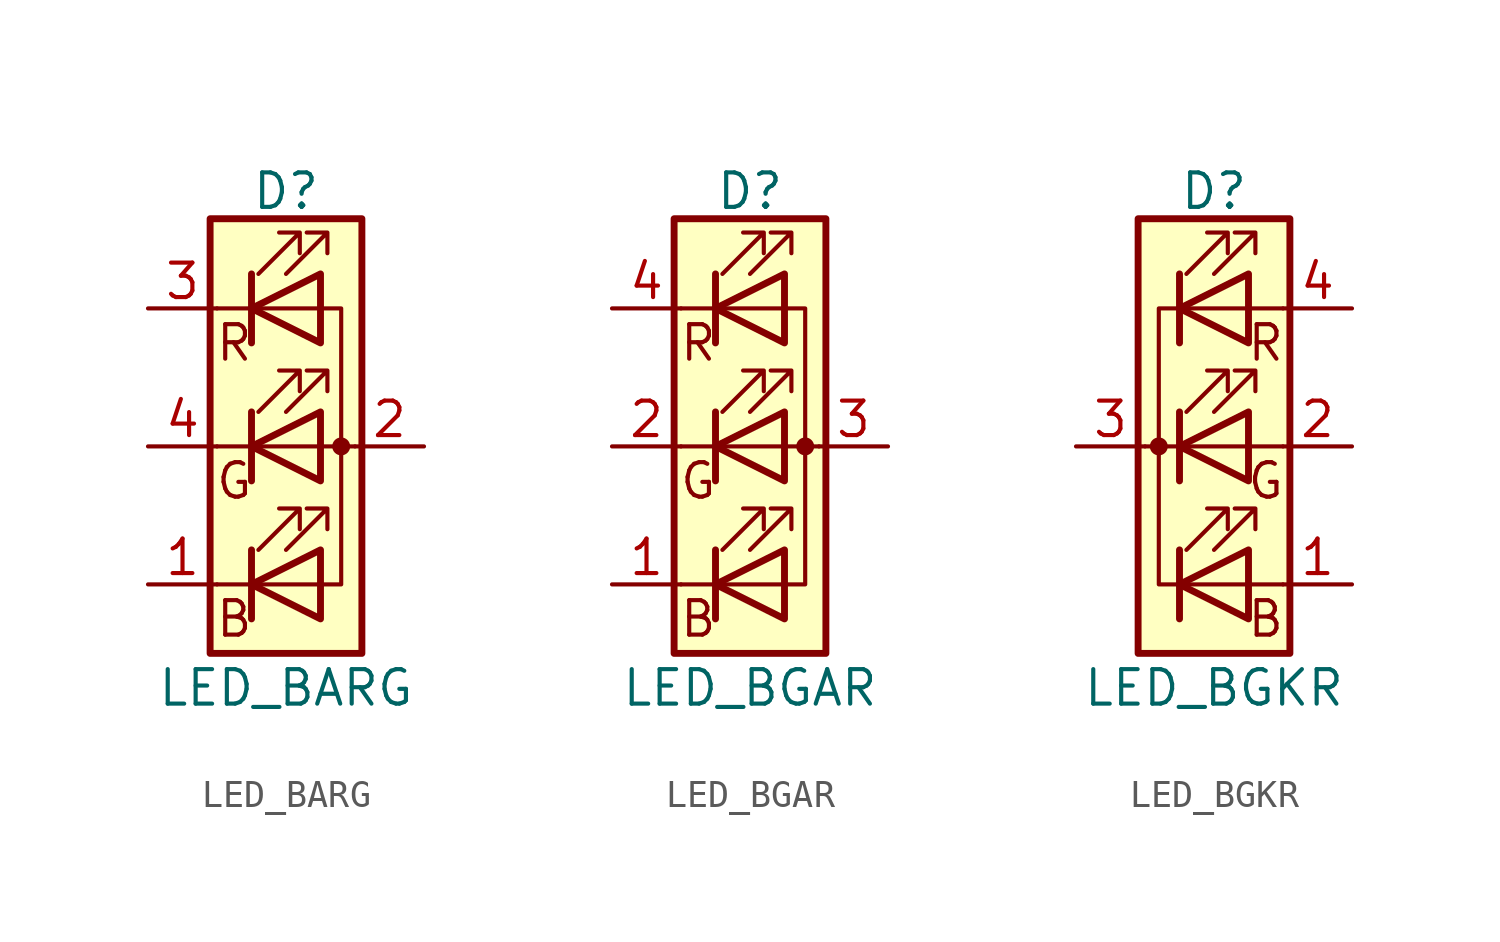
<source format=kicad_sym>
(kicad_symbol_lib
  (version 20241209)
  (generator "kicad_symbol_editor")
  (generator_version "9.0")
  (symbol "LED_BARG"
    (pin_names
      (offset 0)
      (hide yes))
    (property "Reference" "D"
      (at 0 9.398 0)
      (effects (font (size 1.27 1.27))))
    (property "Value" "LED_BARG"
      (at 0 -8.89 0)
      (effects (font (size 1.27 1.27))))
    (symbol "LED_BARG_0_0"
      (text "R" (at -1.905 3.81 0) (effects (font (size 1.27 1.27))))
      (text "G" (at -1.905 -1.27 0) (effects (font (size 1.27 1.27))))
      (text "B" (at -1.905 -6.35 0) (effects (font (size 1.27 1.27)))))
    (symbol "LED_BARG_0_1"
      (polyline (pts (xy -1.27 6.35) (xy -1.27 3.81)) (stroke (width 0.254) (type solid)) (fill (type none)))
      (polyline (pts (xy -1.27 6.35) (xy -1.27 3.81) (xy -1.27 3.81)) (stroke (width 0) (type solid)) (fill (type none)))
      (polyline (pts (xy -1.27 5.08) (xy -2.54 5.08)) (stroke (width 0) (type solid)) (fill (type none)))
      (polyline (pts (xy -1.27 5.08) (xy 1.27 5.08)) (stroke (width 0) (type solid)) (fill (type none)))
      (polyline (pts (xy -1.27 1.27) (xy -1.27 -1.27)) (stroke (width 0.254) (type solid)) (fill (type none)))
      (polyline (pts (xy -1.27 1.27) (xy -1.27 -1.27) (xy -1.27 -1.27)) (stroke (width 0) (type solid)) (fill (type none)))
      (polyline (pts (xy -1.27 0) (xy -2.54 0)) (stroke (width 0) (type solid)) (fill (type none)))
      (polyline (pts (xy -1.27 -3.81) (xy -1.27 -6.35)) (stroke (width 0.254) (type solid)) (fill (type none)))
      (polyline (pts (xy -1.27 -5.08) (xy -2.54 -5.08)) (stroke (width 0) (type solid)) (fill (type none)))
      (polyline (pts (xy -1.27 -5.08) (xy 1.27 -5.08)) (stroke (width 0) (type solid)) (fill (type none)))
      (polyline (pts (xy -1.016 6.35) (xy 0.508 7.874) (xy -0.254 7.874) (xy 0.508 7.874) (xy 0.508 7.112)) (stroke (width 0) (type solid)) (fill (type none)))
      (polyline (pts (xy -1.016 1.27) (xy 0.508 2.794) (xy -0.254 2.794) (xy 0.508 2.794) (xy 0.508 2.032)) (stroke (width 0) (type solid)) (fill (type none)))
      (polyline (pts (xy -1.016 -3.81) (xy 0.508 -2.286) (xy -0.254 -2.286) (xy 0.508 -2.286) (xy 0.508 -3.048)) (stroke (width 0) (type solid)) (fill (type none)))
      (polyline (pts (xy 0 6.35) (xy 1.524 7.874) (xy 0.762 7.874) (xy 1.524 7.874) (xy 1.524 7.112)) (stroke (width 0) (type solid)) (fill (type none)))
      (polyline (pts (xy 0 1.27) (xy 1.524 2.794) (xy 0.762 2.794) (xy 1.524 2.794) (xy 1.524 2.032)) (stroke (width 0) (type solid)) (fill (type none)))
      (polyline (pts (xy 0 -3.81) (xy 1.524 -2.286) (xy 0.762 -2.286) (xy 1.524 -2.286) (xy 1.524 -3.048)) (stroke (width 0) (type solid)) (fill (type none)))
      (polyline (pts (xy 1.27 6.35) (xy 1.27 3.81) (xy -1.27 5.08) (xy 1.27 6.35)) (stroke (width 0.254) (type solid)) (fill (type none)))
      (rectangle (start 1.27 6.35) (end 1.27 6.35) (stroke (width 0) (type solid)) (fill (type none)))
      (rectangle (start 1.27 3.81) (end 1.27 6.35) (stroke (width 0) (type solid)) (fill (type none)))
      (polyline (pts (xy 1.27 1.27) (xy 1.27 -1.27) (xy -1.27 0) (xy 1.27 1.27)) (stroke (width 0.254) (type solid)) (fill (type none)))
      (rectangle (start 1.27 1.27) (end 1.27 1.27) (stroke (width 0) (type solid)) (fill (type none)))
      (polyline (pts (xy 1.27 0) (xy -1.27 0)) (stroke (width 0) (type solid)) (fill (type none)))
      (polyline (pts (xy 1.27 0) (xy 2.54 0)) (stroke (width 0) (type solid)) (fill (type none)))
      (rectangle (start 1.27 -1.27) (end 1.27 1.27) (stroke (width 0) (type solid)) (fill (type none)))
      (polyline (pts (xy 1.27 -3.81) (xy 1.27 -6.35) (xy -1.27 -5.08) (xy 1.27 -3.81)) (stroke (width 0.254) (type solid)) (fill (type none)))
      (polyline (pts (xy 1.27 -5.08) (xy 2.032 -5.08) (xy 2.032 5.08) (xy 1.27 5.08)) (stroke (width 0) (type solid)) (fill (type none)))
      (circle (center 2.032 0) (radius 0.254) (stroke (width 0) (type solid)) (fill (type outline)))
      (rectangle (start 2.794 8.382) (end -2.794 -7.62) (stroke (width 0.254) (type solid)) (fill (type background))))
    (symbol "LED_BARG_1_1"
      (pin passive line (at -5.08 5.08 0) (length 2.54) (name "RK" (effects (font (size 1.27 1.27)))) (number "3" (effects (font (size 1.27 1.27)))))
      (pin passive line (at -5.08 0 0) (length 2.54) (name "GK" (effects (font (size 1.27 1.27)))) (number "4" (effects (font (size 1.27 1.27)))))
      (pin passive line (at -5.08 -5.08 0) (length 2.54) (name "BK" (effects (font (size 1.27 1.27)))) (number "1" (effects (font (size 1.27 1.27)))))
      (pin passive line (at 5.08 0 180) (length 2.54) (name "A" (effects (font (size 1.27 1.27)))) (number "2" (effects (font (size 1.27 1.27)))))))
  (symbol "LED_BGAR"
    (pin_names
      (offset 0)
      (hide yes))
    (property "Reference" "D"
      (at 0 9.398 0)
      (effects (font (size 1.27 1.27))))
    (property "Value" "LED_BGAR"
      (at 0 -8.89 0)
      (effects (font (size 1.27 1.27))))
    (symbol "LED_BGAR_0_0"
      (text "R" (at -1.905 3.81 0) (effects (font (size 1.27 1.27))))
      (text "G" (at -1.905 -1.27 0) (effects (font (size 1.27 1.27))))
      (text "B" (at -1.905 -6.35 0) (effects (font (size 1.27 1.27)))))
    (symbol "LED_BGAR_0_1"
      (polyline (pts (xy -1.27 6.35) (xy -1.27 3.81)) (stroke (width 0.254) (type solid)) (fill (type none)))
      (polyline (pts (xy -1.27 6.35) (xy -1.27 3.81) (xy -1.27 3.81)) (stroke (width 0) (type solid)) (fill (type none)))
      (polyline (pts (xy -1.27 5.08) (xy -2.54 5.08)) (stroke (width 0) (type solid)) (fill (type none)))
      (polyline (pts (xy -1.27 5.08) (xy 1.27 5.08)) (stroke (width 0) (type solid)) (fill (type none)))
      (polyline (pts (xy -1.27 1.27) (xy -1.27 -1.27)) (stroke (width 0.254) (type solid)) (fill (type none)))
      (polyline (pts (xy -1.27 1.27) (xy -1.27 -1.27) (xy -1.27 -1.27)) (stroke (width 0) (type solid)) (fill (type none)))
      (polyline (pts (xy -1.27 0) (xy -2.54 0)) (stroke (width 0) (type solid)) (fill (type none)))
      (polyline (pts (xy -1.27 -3.81) (xy -1.27 -6.35)) (stroke (width 0.254) (type solid)) (fill (type none)))
      (polyline (pts (xy -1.27 -5.08) (xy -2.54 -5.08)) (stroke (width 0) (type solid)) (fill (type none)))
      (polyline (pts (xy -1.27 -5.08) (xy 1.27 -5.08)) (stroke (width 0) (type solid)) (fill (type none)))
      (polyline (pts (xy -1.016 6.35) (xy 0.508 7.874) (xy -0.254 7.874) (xy 0.508 7.874) (xy 0.508 7.112)) (stroke (width 0) (type solid)) (fill (type none)))
      (polyline (pts (xy -1.016 1.27) (xy 0.508 2.794) (xy -0.254 2.794) (xy 0.508 2.794) (xy 0.508 2.032)) (stroke (width 0) (type solid)) (fill (type none)))
      (polyline (pts (xy -1.016 -3.81) (xy 0.508 -2.286) (xy -0.254 -2.286) (xy 0.508 -2.286) (xy 0.508 -3.048)) (stroke (width 0) (type solid)) (fill (type none)))
      (polyline (pts (xy 0 6.35) (xy 1.524 7.874) (xy 0.762 7.874) (xy 1.524 7.874) (xy 1.524 7.112)) (stroke (width 0) (type solid)) (fill (type none)))
      (polyline (pts (xy 0 1.27) (xy 1.524 2.794) (xy 0.762 2.794) (xy 1.524 2.794) (xy 1.524 2.032)) (stroke (width 0) (type solid)) (fill (type none)))
      (polyline (pts (xy 0 -3.81) (xy 1.524 -2.286) (xy 0.762 -2.286) (xy 1.524 -2.286) (xy 1.524 -3.048)) (stroke (width 0) (type solid)) (fill (type none)))
      (polyline (pts (xy 1.27 6.35) (xy 1.27 3.81) (xy -1.27 5.08) (xy 1.27 6.35)) (stroke (width 0.254) (type solid)) (fill (type none)))
      (rectangle (start 1.27 6.35) (end 1.27 6.35) (stroke (width 0) (type solid)) (fill (type none)))
      (rectangle (start 1.27 3.81) (end 1.27 6.35) (stroke (width 0) (type solid)) (fill (type none)))
      (polyline (pts (xy 1.27 1.27) (xy 1.27 -1.27) (xy -1.27 0) (xy 1.27 1.27)) (stroke (width 0.254) (type solid)) (fill (type none)))
      (rectangle (start 1.27 1.27) (end 1.27 1.27) (stroke (width 0) (type solid)) (fill (type none)))
      (polyline (pts (xy 1.27 0) (xy -1.27 0)) (stroke (width 0) (type solid)) (fill (type none)))
      (polyline (pts (xy 1.27 0) (xy 2.54 0)) (stroke (width 0) (type solid)) (fill (type none)))
      (rectangle (start 1.27 -1.27) (end 1.27 1.27) (stroke (width 0) (type solid)) (fill (type none)))
      (polyline (pts (xy 1.27 -3.81) (xy 1.27 -6.35) (xy -1.27 -5.08) (xy 1.27 -3.81)) (stroke (width 0.254) (type solid)) (fill (type none)))
      (polyline (pts (xy 1.27 -5.08) (xy 2.032 -5.08) (xy 2.032 5.08) (xy 1.27 5.08)) (stroke (width 0) (type solid)) (fill (type none)))
      (circle (center 2.032 0) (radius 0.254) (stroke (width 0) (type solid)) (fill (type outline)))
      (rectangle (start 2.794 8.382) (end -2.794 -7.62) (stroke (width 0.254) (type solid)) (fill (type background))))
    (symbol "LED_BGAR_1_1"
      (pin passive line (at -5.08 5.08 0) (length 2.54) (name "RK" (effects (font (size 1.27 1.27)))) (number "4" (effects (font (size 1.27 1.27)))))
      (pin passive line (at -5.08 0 0) (length 2.54) (name "GK" (effects (font (size 1.27 1.27)))) (number "2" (effects (font (size 1.27 1.27)))))
      (pin passive line (at -5.08 -5.08 0) (length 2.54) (name "BK" (effects (font (size 1.27 1.27)))) (number "1" (effects (font (size 1.27 1.27)))))
      (pin passive line (at 5.08 0 180) (length 2.54) (name "A" (effects (font (size 1.27 1.27)))) (number "3" (effects (font (size 1.27 1.27)))))))
  (symbol "LED_BGKR"
    (pin_names
      (offset 0)
      (hide yes))
    (property "Reference" "D"
      (at 0 9.398 0)
      (effects (font (size 1.27 1.27))))
    (property "Value" "LED_BGKR"
      (at 0 -8.89 0)
      (effects (font (size 1.27 1.27))))
    (symbol "LED_BGKR_0_0"
      (text "R" (at 1.905 3.81 0) (effects (font (size 1.27 1.27))))
      (text "G" (at 1.905 -1.27 0) (effects (font (size 1.27 1.27))))
      (text "B" (at 1.905 -6.35 0) (effects (font (size 1.27 1.27)))))
    (symbol "LED_BGKR_0_1"
      (circle (center -2.032 0) (radius 0.254) (stroke (width 0) (type solid)) (fill (type outline)))
      (polyline (pts (xy -1.27 6.35) (xy -1.27 3.81)) (stroke (width 0.254) (type solid)) (fill (type none)))
      (polyline (pts (xy -1.27 6.35) (xy -1.27 3.81) (xy -1.27 3.81)) (stroke (width 0) (type solid)) (fill (type none)))
      (polyline (pts (xy -1.27 5.08) (xy 1.27 5.08)) (stroke (width 0) (type solid)) (fill (type none)))
      (polyline (pts (xy -1.27 5.08) (xy -2.032 5.08) (xy -2.032 -5.08) (xy -1.016 -5.08)) (stroke (width 0) (type solid)) (fill (type none)))
      (polyline (pts (xy -1.27 1.27) (xy -1.27 -1.27)) (stroke (width 0.254) (type solid)) (fill (type none)))
      (polyline (pts (xy -1.27 1.27) (xy -1.27 -1.27) (xy -1.27 -1.27)) (stroke (width 0) (type solid)) (fill (type none)))
      (polyline (pts (xy -1.27 0) (xy -2.54 0)) (stroke (width 0) (type solid)) (fill (type none)))
      (polyline (pts (xy -1.27 -3.81) (xy -1.27 -6.35)) (stroke (width 0.254) (type solid)) (fill (type none)))
      (polyline (pts (xy -1.27 -5.08) (xy 1.27 -5.08)) (stroke (width 0) (type solid)) (fill (type none)))
      (polyline (pts (xy -1.016 6.35) (xy 0.508 7.874) (xy -0.254 7.874) (xy 0.508 7.874) (xy 0.508 7.112)) (stroke (width 0) (type solid)) (fill (type none)))
      (polyline (pts (xy -1.016 1.27) (xy 0.508 2.794) (xy -0.254 2.794) (xy 0.508 2.794) (xy 0.508 2.032)) (stroke (width 0) (type solid)) (fill (type none)))
      (polyline (pts (xy -1.016 -3.81) (xy 0.508 -2.286) (xy -0.254 -2.286) (xy 0.508 -2.286) (xy 0.508 -3.048)) (stroke (width 0) (type solid)) (fill (type none)))
      (polyline (pts (xy 0 6.35) (xy 1.524 7.874) (xy 0.762 7.874) (xy 1.524 7.874) (xy 1.524 7.112)) (stroke (width 0) (type solid)) (fill (type none)))
      (polyline (pts (xy 0 1.27) (xy 1.524 2.794) (xy 0.762 2.794) (xy 1.524 2.794) (xy 1.524 2.032)) (stroke (width 0) (type solid)) (fill (type none)))
      (polyline (pts (xy 0 -3.81) (xy 1.524 -2.286) (xy 0.762 -2.286) (xy 1.524 -2.286) (xy 1.524 -3.048)) (stroke (width 0) (type solid)) (fill (type none)))
      (polyline (pts (xy 1.27 6.35) (xy 1.27 3.81) (xy -1.27 5.08) (xy 1.27 6.35)) (stroke (width 0.254) (type solid)) (fill (type none)))
      (rectangle (start 1.27 6.35) (end 1.27 6.35) (stroke (width 0) (type solid)) (fill (type none)))
      (polyline (pts (xy 1.27 5.08) (xy 2.54 5.08)) (stroke (width 0) (type solid)) (fill (type none)))
      (rectangle (start 1.27 3.81) (end 1.27 6.35) (stroke (width 0) (type solid)) (fill (type none)))
      (polyline (pts (xy 1.27 1.27) (xy 1.27 -1.27) (xy -1.27 0) (xy 1.27 1.27)) (stroke (width 0.254) (type solid)) (fill (type none)))
      (rectangle (start 1.27 1.27) (end 1.27 1.27) (stroke (width 0) (type solid)) (fill (type none)))
      (polyline (pts (xy 1.27 0) (xy -1.27 0)) (stroke (width 0) (type solid)) (fill (type none)))
      (polyline (pts (xy 1.27 0) (xy 2.54 0)) (stroke (width 0) (type solid)) (fill (type none)))
      (rectangle (start 1.27 -1.27) (end 1.27 1.27) (stroke (width 0) (type solid)) (fill (type none)))
      (polyline (pts (xy 1.27 -3.81) (xy 1.27 -6.35) (xy -1.27 -5.08) (xy 1.27 -3.81)) (stroke (width 0.254) (type solid)) (fill (type none)))
      (polyline (pts (xy 1.27 -5.08) (xy 2.54 -5.08)) (stroke (width 0) (type solid)) (fill (type none)))
      (rectangle (start 2.794 8.382) (end -2.794 -7.62) (stroke (width 0.254) (type solid)) (fill (type background))))
    (symbol "LED_BGKR_1_1"
      (pin passive line (at -5.08 0 0) (length 2.54) (name "K" (effects (font (size 1.27 1.27)))) (number "3" (effects (font (size 1.27 1.27)))))
      (pin passive line (at 5.08 5.08 180) (length 2.54) (name "RA" (effects (font (size 1.27 1.27)))) (number "4" (effects (font (size 1.27 1.27)))))
      (pin passive line (at 5.08 0 180) (length 2.54) (name "GA" (effects (font (size 1.27 1.27)))) (number "2" (effects (font (size 1.27 1.27)))))
      (pin passive line (at 5.08 -5.08 180) (length 2.54) (name "BA" (effects (font (size 1.27 1.27)))) (number "1" (effects (font (size 1.27 1.27))))))))
</source>
